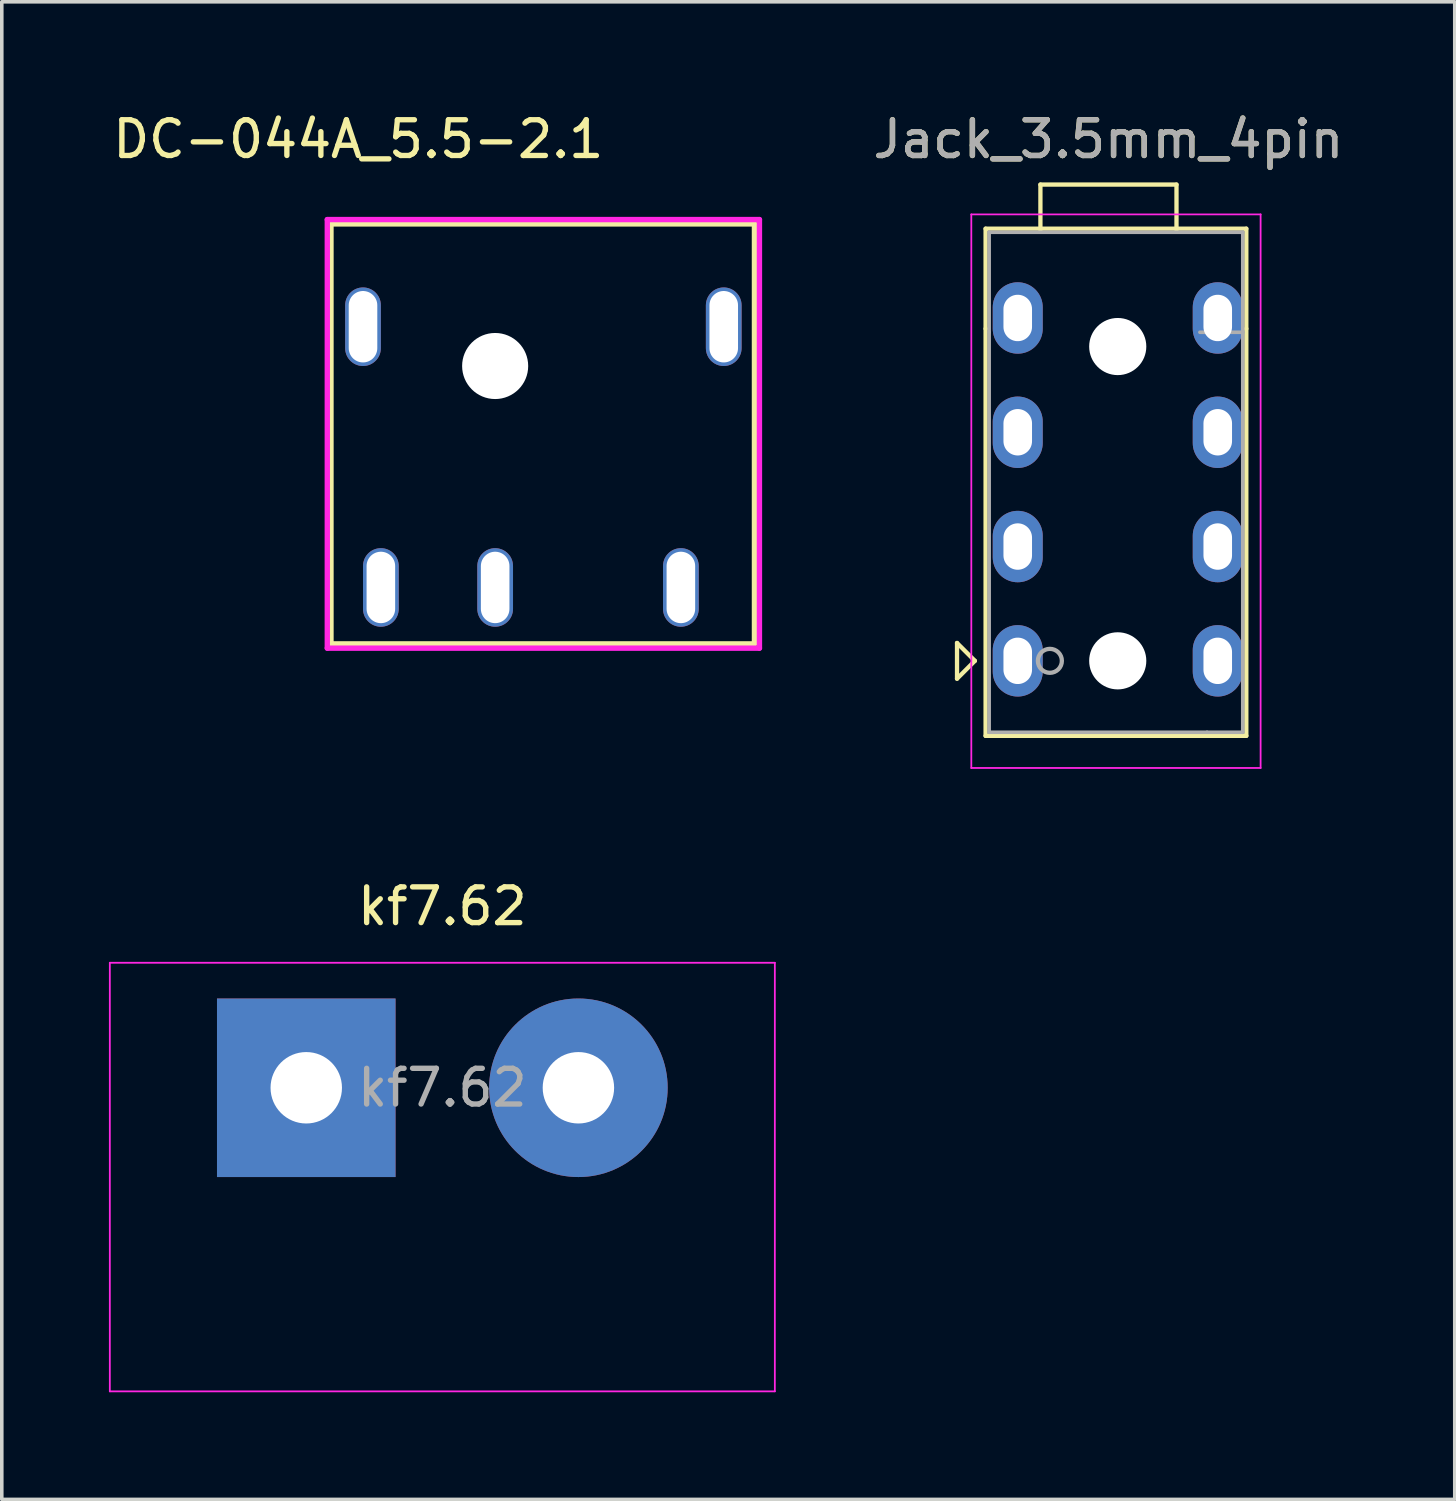
<source format=kicad_pcb>
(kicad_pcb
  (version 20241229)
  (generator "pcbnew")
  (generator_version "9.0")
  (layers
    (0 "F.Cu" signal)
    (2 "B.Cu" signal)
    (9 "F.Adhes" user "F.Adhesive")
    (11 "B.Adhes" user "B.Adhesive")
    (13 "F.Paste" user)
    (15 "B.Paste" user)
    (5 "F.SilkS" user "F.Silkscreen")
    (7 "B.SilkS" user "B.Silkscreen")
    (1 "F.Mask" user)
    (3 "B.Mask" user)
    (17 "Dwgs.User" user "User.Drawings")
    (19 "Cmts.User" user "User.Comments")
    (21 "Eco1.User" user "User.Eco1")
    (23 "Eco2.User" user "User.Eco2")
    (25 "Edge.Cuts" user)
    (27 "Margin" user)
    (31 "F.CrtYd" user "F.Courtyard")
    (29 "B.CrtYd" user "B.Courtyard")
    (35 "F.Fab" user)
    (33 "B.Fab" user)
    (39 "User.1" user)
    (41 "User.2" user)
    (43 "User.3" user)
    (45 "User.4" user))
  (footprint "DC-044A_5.5-2.1"
    (layer "F.Cu")
    (at 7.114 6.098)
    (property "Reference" "DC-044A_5.5-2.1" (at -0.132 -5.25 0) (layer "F.SilkS") (effects (font (size 1 1) (thickness 0.15))))
    (attr through_hole)
    (fp_line (start -0.897 -2.883) (end -0.897 8.88) (stroke (width 0.15) (type solid)) (layer "F.SilkS"))
    (fp_line (start -0.897 8.88) (end 10.96 8.88) (stroke (width 0.15) (type solid)) (layer "F.SilkS"))
    (fp_line (start -0.889 -2.875) (end -0.886 -2.878) (stroke (width 0.15) (type solid)) (layer "F.SilkS"))
    (fp_line (start 10.96 -2.878) (end -0.886 -2.878) (stroke (width 0.15) (type solid)) (layer "F.SilkS"))
    (fp_line (start 10.96 8.88) (end 10.96 -2.878) (stroke (width 0.15) (type solid)) (layer "F.SilkS"))
    (fp_line (start -1 -3) (end -1 9) (stroke (width 0.15) (type solid)) (layer "F.CrtYd"))
    (fp_line (start -1 9) (end 11.1 9) (stroke (width 0.15) (type solid)) (layer "F.CrtYd"))
    (fp_line (start 11.1 -3) (end -1 -3) (stroke (width 0.15) (type solid)) (layer "F.CrtYd"))
    (fp_line (start 11.1 9) (end 11.1 -3) (stroke (width 0.15) (type solid)) (layer "F.CrtYd"))
    (pad "" np_thru_hole circle (at 3.7 1.1) (size 1.85 1.85) (drill 1.85) (layers "*.Cu" "*.Mask"))
    (pad "1" thru_hole oval (at 0.5 7.3) (size 1 2.2) (drill oval 0.8 2) (layers "*.Cu" "*.Mask"))
    (pad "2" thru_hole oval (at 8.9 7.3) (size 1 2.2) (drill oval 0.8 2) (layers "*.Cu" "*.Mask"))
    (pad "3" thru_hole oval (at 3.7 7.3) (size 1 2.2) (drill oval 0.8 2) (layers "*.Cu" "*.Mask"))
    (pad "shield" thru_hole oval (at 0 0) (size 1 2.2) (drill oval 0.8 2) (layers "*.Cu" "*.Mask"))
    (pad "shield" thru_hole oval (at 10.1 0) (size 1 2.2) (drill oval 0.8 2) (layers "*.Cu" "*.Mask")))
  (footprint "kf7.62"
    (layer "F.Cu")
    (at 5.525 27.407)
    (property "Reference" "kf7.62" (at 3.81 -5.08 0) (layer "F.SilkS") (effects (font (size 1 1) (thickness 0.15))))
    (attr exclude_from_pos_files exclude_from_bom)
    (fp_line (start -5.5 -3.5) (end -5.5 8.5) (stroke (width 0.05) (type solid)) (layer "F.CrtYd"))
    (fp_line (start -5.5 -3.5) (end 13.12 -3.5) (stroke (width 0.05) (type solid)) (layer "F.CrtYd"))
    (fp_line (start 13.12 8.5) (end -5.5 8.5) (stroke (width 0.05) (type solid)) (layer "F.CrtYd"))
    (fp_line (start 13.12 8.5) (end 13.12 -3.5) (stroke (width 0.05) (type solid)) (layer "F.CrtYd"))
    (fp_text user "${REFERENCE}" (at 3.81 0 0) (layer "F.Fab") (effects (font (size 1 1) (thickness 0.15))))
    (pad "1" thru_hole circle (at 7.62 0) (size 4.999 4.999) (drill 2) (layers "*.Cu" "*.Mask"))
    (pad "2" thru_hole rect (at 0 0) (size 4.999 4.999) (drill 2) (layers "*.Cu" "*.Mask")))
  (footprint "Jack_3.5mm_4pin"
    (layer "F.Cu")
    (at 25.446 15.453)
    (property "Reference" "Jack_3.5mm_4pin" (at 2.54 -14.605 0) (layer "F.SilkS") (effects (font (size 1 1) (thickness 0.15))))
    (attr through_hole)
    (fp_line (start -1.7 -0.5) (end -1.7 0.5) (stroke (width 0.12) (type solid)) (layer "F.SilkS"))
    (fp_line (start -1.7 0.5) (end -1.2 0) (stroke (width 0.12) (type solid)) (layer "F.SilkS"))
    (fp_line (start -1.2 0) (end -1.7 -0.5) (stroke (width 0.12) (type solid)) (layer "F.SilkS"))
    (fp_line (start -0.9 -9.3) (end -0.9 -12.1) (stroke (width 0.12) (type solid)) (layer "F.SilkS"))
    (fp_line (start -0.9 -9.3) (end -0.9 2.1) (stroke (width 0.12) (type solid)) (layer "F.SilkS"))
    (fp_line (start -0.9 2.1) (end 5.3 2.1) (stroke (width 0.12) (type solid)) (layer "F.SilkS"))
    (fp_line (start 0.635 -13.335) (end 4.445 -13.335) (stroke (width 0.12) (type solid)) (layer "F.SilkS"))
    (fp_line (start 0.635 -12.065) (end 0.635 -13.335) (stroke (width 0.12) (type solid)) (layer "F.SilkS"))
    (fp_line (start 4.445 -13.335) (end 4.445 -12.065) (stroke (width 0.12) (type solid)) (layer "F.SilkS"))
    (fp_line (start 6.4 -12.1) (end -0.9 -12.1) (stroke (width 0.12) (type solid)) (layer "F.SilkS"))
    (fp_line (start 6.4 -9.3) (end 6.4 -12.1) (stroke (width 0.12) (type solid)) (layer "F.SilkS"))
    (fp_line (start 6.4 -9.3) (end 6.4 2.1) (stroke (width 0.12) (type solid)) (layer "F.SilkS"))
    (fp_line (start 6.4 2.1) (end 5.3 2.1) (stroke (width 0.12) (type solid)) (layer "F.SilkS"))
    (fp_line (start -1.3 -12.5) (end -1.3 3) (stroke (width 0.05) (type solid)) (layer "F.CrtYd"))
    (fp_line (start -1.3 -12.5) (end 6.8 -12.5) (stroke (width 0.05) (type solid)) (layer "F.CrtYd"))
    (fp_line (start -1.3 3) (end 6.8 3) (stroke (width 0.05) (type solid)) (layer "F.CrtYd"))
    (fp_line (start 6.8 -12.5) (end 6.8 3) (stroke (width 0.05) (type solid)) (layer "F.CrtYd"))
    (fp_line (start -0.8 -12) (end 6.3 -12) (stroke (width 0.1) (type solid)) (layer "F.Fab"))
    (fp_line (start -0.8 -9.2) (end -0.8 -12) (stroke (width 0.1) (type solid)) (layer "F.Fab"))
    (fp_line (start -0.8 2) (end -0.8 -9.2) (stroke (width 0.1) (type solid)) (layer "F.Fab"))
    (fp_line (start 5.1 -9.2) (end 6.3 -9.2) (stroke (width 0.1) (type solid)) (layer "F.Fab"))
    (fp_line (start 5.3 2) (end -0.8 2) (stroke (width 0.1) (type solid)) (layer "F.Fab"))
    (fp_line (start 6.3 -12) (end 6.3 -9.2) (stroke (width 0.1) (type solid)) (layer "F.Fab"))
    (fp_line (start 6.3 -9.2) (end 6.3 2) (stroke (width 0.1) (type solid)) (layer "F.Fab"))
    (fp_line (start 6.3 2) (end 5.3 2) (stroke (width 0.1) (type solid)) (layer "F.Fab"))
    (fp_circle (center 0.9 0) (end 1.2 0.15) (stroke (width 0.12) (type solid)) (fill no) (layer "F.Fab"))
    (fp_text user "${REFERENCE}" (at 2.54 -14.605 0) (layer "F.Fab") (effects (font (size 1 1) (thickness 0.15))))
    (pad "" np_thru_hole circle (at 2.8 -8.8 270) (size 1.6 1.6) (drill 1.6) (layers "*.Cu" "*.Mask"))
    (pad "" np_thru_hole circle (at 2.8 0 270) (size 1.6 1.6) (drill 1.6) (layers "*.Cu" "*.Mask"))
    (pad "R1" thru_hole oval (at 0 -3.2 270) (size 2 1.4) (drill oval 1.3 0.8) (layers "*.Cu" "*.Mask"))
    (pad "R1" thru_hole oval (at 5.6 -3.2 270) (size 2 1.4) (drill oval 1.3 0.8) (layers "*.Cu" "*.Mask"))
    (pad "R2" thru_hole oval (at 0 -6.4 270) (size 2 1.4) (drill oval 1.3 0.8) (layers "*.Cu" "*.Mask"))
    (pad "R2" thru_hole oval (at 5.6 -6.4 270) (size 2 1.4) (drill oval 1.3 0.8) (layers "*.Cu" "*.Mask"))
    (pad "S" thru_hole oval (at 0 -9.6 270) (size 2 1.4) (drill oval 1.3 0.8) (layers "*.Cu" "*.Mask"))
    (pad "S" thru_hole oval (at 5.6 -9.6 270) (size 2 1.4) (drill oval 1.3 0.8) (layers "*.Cu" "*.Mask"))
    (pad "T" thru_hole oval (at 0 0 270) (size 2 1.4) (drill oval 1.3 0.8) (layers "*.Cu" "*.Mask"))
    (pad "T" thru_hole oval (at 5.6 0 270) (size 2 1.4) (drill oval 1.3 0.8) (layers "*.Cu" "*.Mask")))
  (gr_rect
    (start -3 -3)
    (end 37.682 38.931)
    (stroke (width 0.1) (type default))
    (fill no)
    (layer "Edge.Cuts")))
</source>
